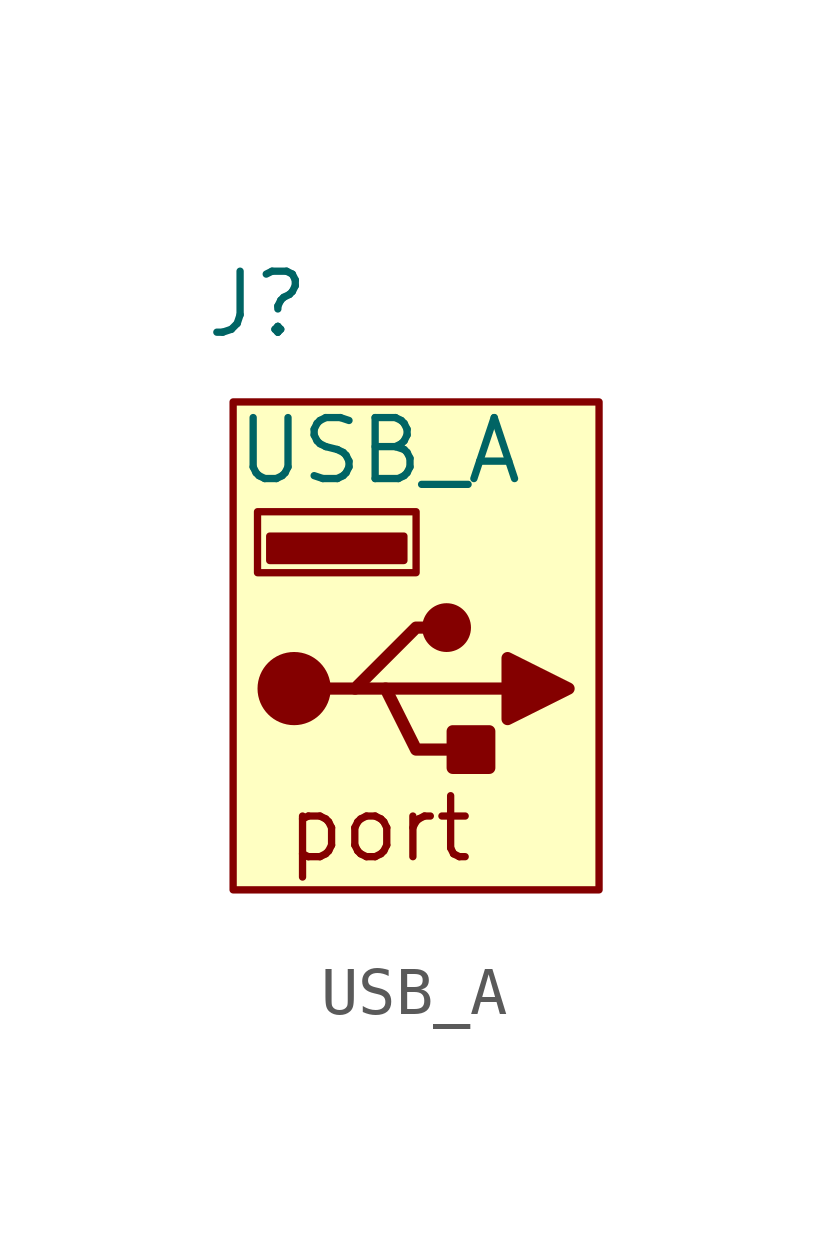
<source format=kicad_sym>
(kicad_symbol_lib
  (version 20231120)
  (generator "kicad_symbol_editor")
  (generator_version "8.0")
  (symbol "USB_A"
    (pin_names
      (offset 1.016))
    (property "Reference" "J"
      (at 0.508 2.032 0)
      (effects (font (size 1.27 1.27))))
    (property "Value" "USB_A"
      (at 3.048 -1.016 0)
      (effects (font (size 1.27 1.27))))
    (symbol "USB_A_0_0"
      (text "port" (at 3.048 -8.89 0) (effects (font (size 1.27 1.27)))))
    (symbol "USB_A_0_1"
      (rectangle (start 0 0) (end 7.62 -10.16) (stroke (width 0) (type solid)) (fill (type background))))
    (symbol "USB_A_1_1"
      (polyline (pts (xy 3.175 -5.969) (xy 5.715 -5.969)) (stroke (width 0.254) (type solid)) (fill (type none)))
      (polyline (pts (xy 1.905 -5.969) (xy 2.54 -5.969) (xy 3.81 -4.699) (xy 4.445 -4.699)) (stroke (width 0.254) (type solid)) (fill (type none)))
      (polyline (pts (xy 2.54 -5.969) (xy 3.175 -5.969) (xy 3.81 -7.239) (xy 5.08 -7.239)) (stroke (width 0.254) (type solid)) (fill (type none)))
      (polyline (pts (xy 5.715 -5.334) (xy 5.715 -6.604) (xy 6.985 -5.969) (xy 5.715 -5.334)) (stroke (width 0.254) (type solid)) (fill (type outline)))
      (circle (center 1.27 -5.969) (radius 0.635) (stroke (width 0.254) (type solid)) (fill (type outline)))
      (rectangle (start 3.556 -3.302) (end 0.762 -2.794) (stroke (width 0) (type solid)) (fill (type outline)))
      (rectangle (start 3.81 -3.556) (end 0.508 -2.286) (stroke (width 0) (type solid)) (fill (type none)))
      (circle (center 4.445 -4.699) (radius 0.381) (stroke (width 0.254) (type solid)) (fill (type outline)))
      (rectangle (start 5.334 -6.858) (end 4.572 -7.62) (stroke (width 0.254) (type solid)) (fill (type outline))))))
</source>
